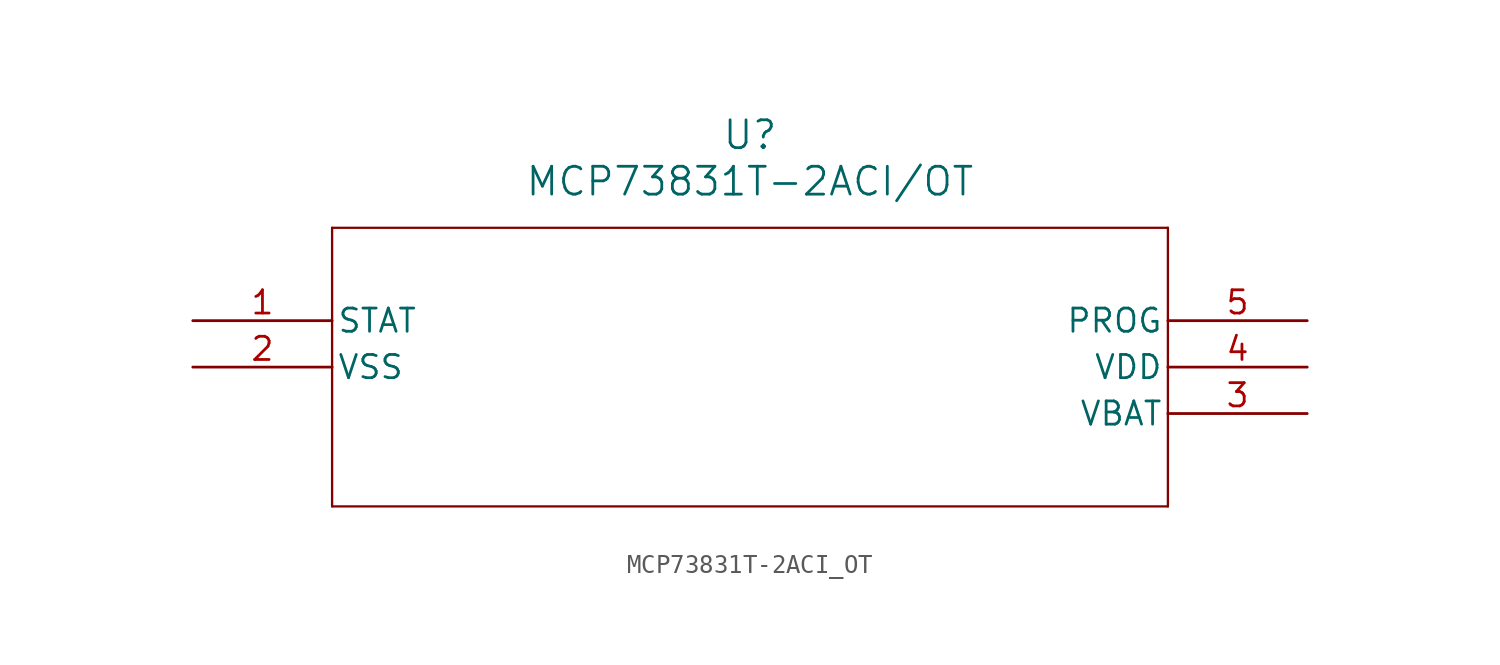
<source format=kicad_sym>
(kicad_symbol_lib
  (version 20211014)
  (generator kicad_symbol_editor)
  (symbol "MCP73831T-2ACI_OT"
    (pin_names
      (offset 0.254))
    (property "Reference" "U"
      (at 30.48 10.16 0)
      (effects (font (size 1.524 1.524))))
    (property "Value" "MCP73831T-2ACI/OT"
      (at 30.48 7.62 0)
      (effects (font (size 1.524 1.524))))
    (symbol "MCP73831T-2ACI_OT_0_1"
      (polyline (pts (xy 7.62 5.08) (xy 7.62 -10.16)) (stroke (width 0.127) (type default) (color 0 0 0 0)) (fill (type none)))
      (polyline (pts (xy 7.62 -10.16) (xy 53.34 -10.16)) (stroke (width 0.127) (type default) (color 0 0 0 0)) (fill (type none)))
      (polyline (pts (xy 53.34 -10.16) (xy 53.34 5.08)) (stroke (width 0.127) (type default) (color 0 0 0 0)) (fill (type none)))
      (polyline (pts (xy 53.34 5.08) (xy 7.62 5.08)) (stroke (width 0.127) (type default) (color 0 0 0 0)) (fill (type none)))
      (pin unspecified line (at 0 0 0) (length 7.62) (name "STAT" (effects (font (size 1.27 1.27)))) (number "1" (effects (font (size 1.27 1.27)))))
      (pin unspecified line (at 0 -2.54 0) (length 7.62) (name "VSS" (effects (font (size 1.27 1.27)))) (number "2" (effects (font (size 1.27 1.27)))))
      (pin unspecified line (at 60.96 -5.08 180) (length 7.62) (name "VBAT" (effects (font (size 1.27 1.27)))) (number "3" (effects (font (size 1.27 1.27)))))
      (pin unspecified line (at 60.96 -2.54 180) (length 7.62) (name "VDD" (effects (font (size 1.27 1.27)))) (number "4" (effects (font (size 1.27 1.27)))))
      (pin unspecified line (at 60.96 0 180) (length 7.62) (name "PROG" (effects (font (size 1.27 1.27)))) (number "5" (effects (font (size 1.27 1.27))))))))
</source>
